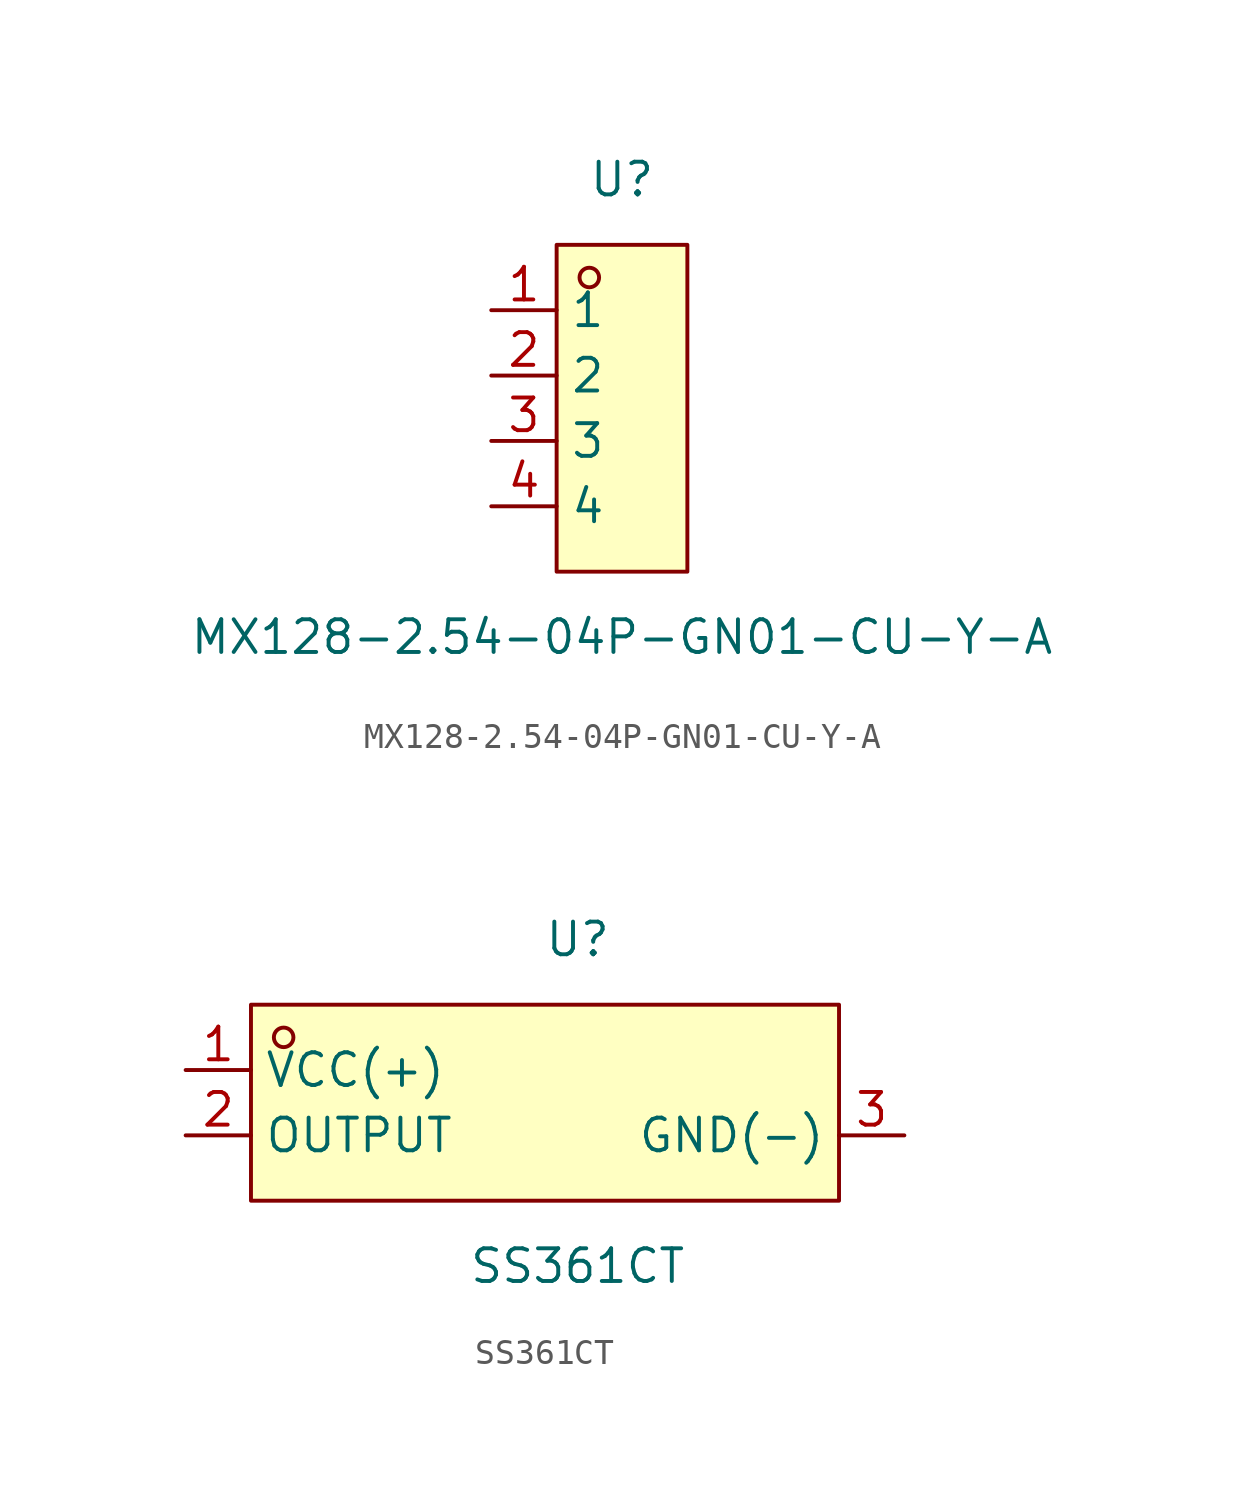
<source format=kicad_sym>
(kicad_symbol_lib
  (version 20211014)
  (generator https://github.com/uPesy/easyeda2kicad.py)
  (symbol "MX128-2.54-04P-GN01-CU-Y-A"
    (property "Reference" "U"
      (at 0 8.89 0)
      (effects (font (size 1.27 1.27))))
    (property "Value" "MX128-2.54-04P-GN01-CU-Y-A"
      (at 0 -8.89 0)
      (effects (font (size 1.27 1.27))))
    (symbol "MX128-2.54-04P-GN01-CU-Y-A_0_1"
      (rectangle (start -2.54 6.35) (end 2.54 -6.35) (stroke (width 0) (type default) (color 0 0 0 0)) (fill (type background)))
      (circle (center -1.27 5.08) (radius 0.38) (stroke (width 0) (type default) (color 0 0 0 0)) (fill (type none)))
      (pin unspecified line (at -5.08 3.81 0) (length 2.54) (name "1" (effects (font (size 1.27 1.27)))) (number "1" (effects (font (size 1.27 1.27)))))
      (pin unspecified line (at -5.08 1.27 0) (length 2.54) (name "2" (effects (font (size 1.27 1.27)))) (number "2" (effects (font (size 1.27 1.27)))))
      (pin unspecified line (at -5.08 -1.27 0) (length 2.54) (name "3" (effects (font (size 1.27 1.27)))) (number "3" (effects (font (size 1.27 1.27)))))
      (pin unspecified line (at -5.08 -3.81 0) (length 2.54) (name "4" (effects (font (size 1.27 1.27)))) (number "4" (effects (font (size 1.27 1.27)))))))
  (symbol "SS361CT"
    (property "Reference" "U"
      (at 0 7.62 0)
      (effects (font (size 1.27 1.27))))
    (property "Value" "SS361CT"
      (at 0 -5.08 0)
      (effects (font (size 1.27 1.27))))
    (symbol "SS361CT_0_1"
      (rectangle (start -12.70 5.08) (end 10.16 -2.54) (stroke (width 0) (type default) (color 0 0 0 0)) (fill (type background)))
      (circle (center -11.43 3.81) (radius 0.38) (stroke (width 0) (type default) (color 0 0 0 0)) (fill (type none)))
      (pin unspecified line (at -15.24 2.54 0) (length 2.54) (name "VCC(+)" (effects (font (size 1.27 1.27)))) (number "1" (effects (font (size 1.27 1.27)))))
      (pin unspecified line (at -15.24 -0.00 0) (length 2.54) (name "OUTPUT" (effects (font (size 1.27 1.27)))) (number "2" (effects (font (size 1.27 1.27)))))
      (pin unspecified line (at 12.70 -0.00 180) (length 2.54) (name "GND(-)" (effects (font (size 1.27 1.27)))) (number "3" (effects (font (size 1.27 1.27))))))))
</source>
